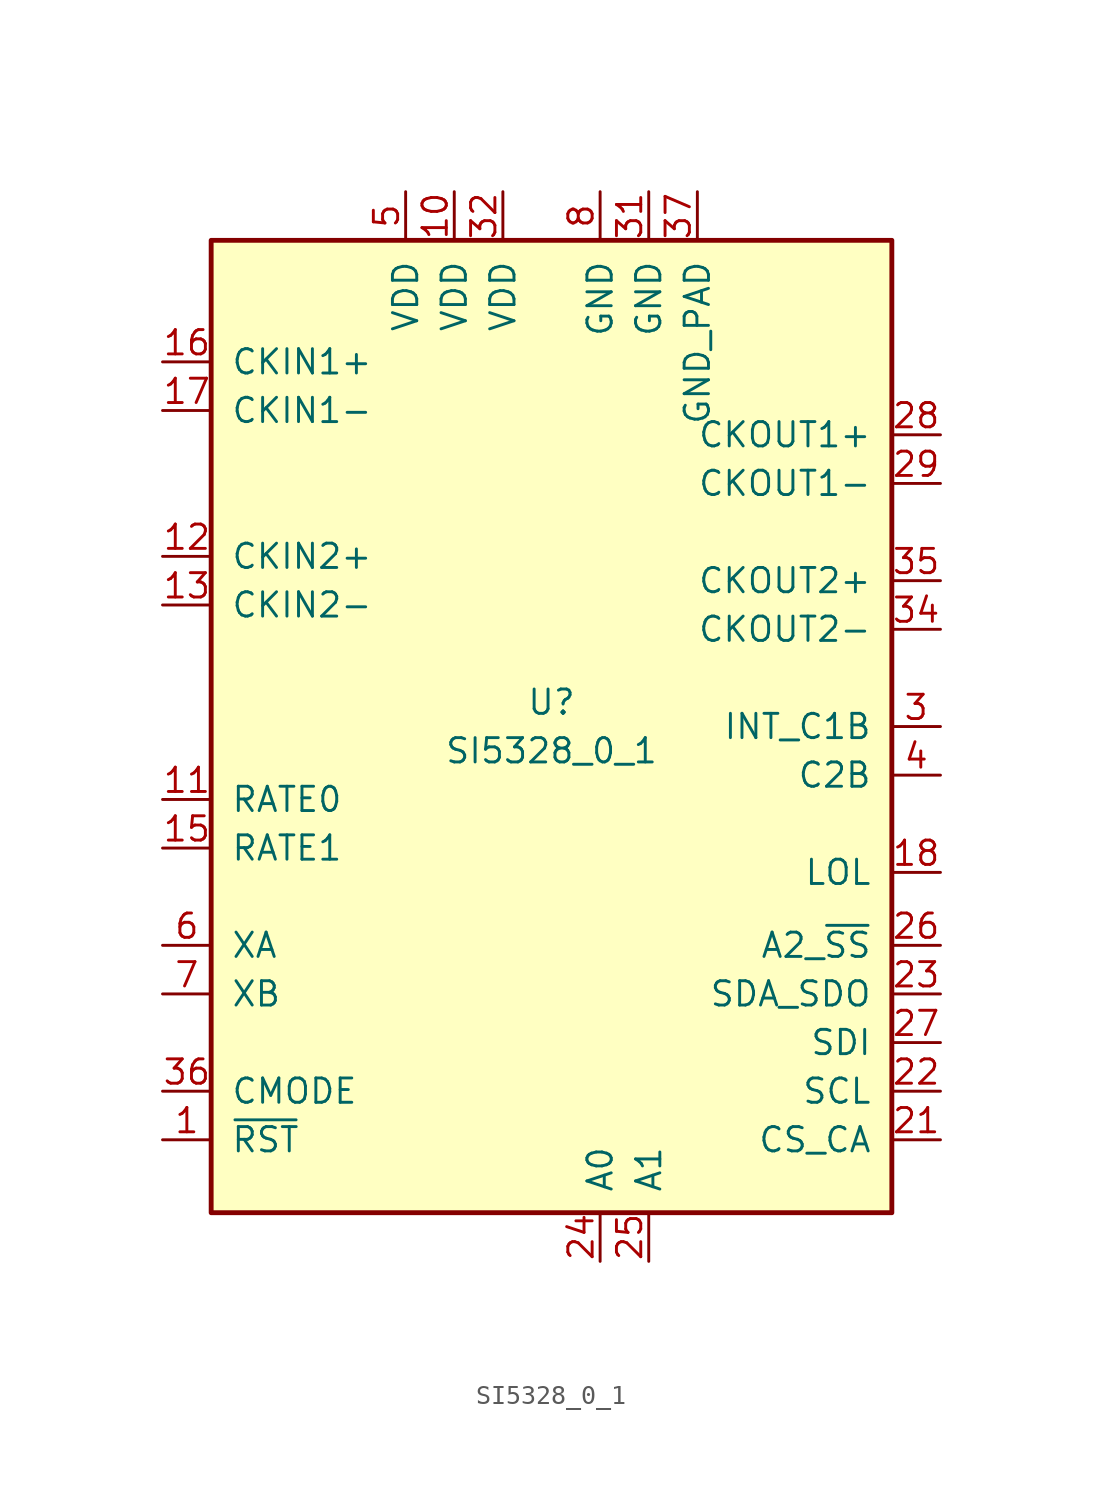
<source format=kicad_sym>
(kicad_symbol_lib
  (version 20211014)
  (generator kicad_symbol_editor)
  (symbol "SI5328_0_1"
    (pin_names
      (offset 1.016))
    (property "Reference" "U"
      (at 0 1.27 0)
      (effects (font (size 1.27 1.27))))
    (property "Value" "SI5328_0_1"
      (at 0 -1.27 0)
      (effects (font (size 1.27 1.27))))
    (symbol "SI5328_0_1_0_1"
      (rectangle (start 17.78 25.4) (end -17.78 -25.4) (stroke (width 0.254) (type default) (color 0 0 0 0)) (fill (type background))))
    (symbol "SI5328_0_1_1_1"
      (pin input line (at -20.32 -21.59 0) (length 2.54) (name "~{RST}" (effects (font (size 1.27 1.27)))) (number "1" (effects (font (size 1.27 1.27)))))
      (pin power_in line (at -5.08 27.94 270) (length 2.54) (name "VDD" (effects (font (size 1.27 1.27)))) (number "10" (effects (font (size 1.27 1.27)))))
      (pin input line (at -20.32 -3.81 0) (length 2.54) (name "RATE0" (effects (font (size 1.27 1.27)))) (number "11" (effects (font (size 1.27 1.27)))))
      (pin input line (at -20.32 8.89 0) (length 2.54) (name "CKIN2+" (effects (font (size 1.27 1.27)))) (number "12" (effects (font (size 1.27 1.27)))))
      (pin input line (at -20.32 6.35 0) (length 2.54) (name "CKIN2-" (effects (font (size 1.27 1.27)))) (number "13" (effects (font (size 1.27 1.27)))))
      (pin no_connect line (at -6.35 -25.4 90) (length 2.54) hide (name "~" (effects (font (size 1.27 1.27)))) (number "14" (effects (font (size 1.27 1.27)))))
      (pin input line (at -20.32 -6.35 0) (length 2.54) (name "RATE1" (effects (font (size 1.27 1.27)))) (number "15" (effects (font (size 1.27 1.27)))))
      (pin input line (at -20.32 19.05 0) (length 2.54) (name "CKIN1+" (effects (font (size 1.27 1.27)))) (number "16" (effects (font (size 1.27 1.27)))))
      (pin input line (at -20.32 16.51 0) (length 2.54) (name "CKIN1-" (effects (font (size 1.27 1.27)))) (number "17" (effects (font (size 1.27 1.27)))))
      (pin output line (at 20.32 -7.62 180) (length 2.54) (name "LOL" (effects (font (size 1.27 1.27)))) (number "18" (effects (font (size 1.27 1.27)))))
      (pin no_connect line (at -6.35 -25.4 90) (length 2.54) hide (name "~" (effects (font (size 1.27 1.27)))) (number "19" (effects (font (size 1.27 1.27)))))
      (pin no_connect line (at -6.35 -25.4 90) (length 2.54) hide (name "~" (effects (font (size 1.27 1.27)))) (number "2" (effects (font (size 1.27 1.27)))))
      (pin no_connect line (at -6.35 -25.4 90) (length 2.54) hide (name "~" (effects (font (size 1.27 1.27)))) (number "20" (effects (font (size 1.27 1.27)))))
      (pin input line (at 20.32 -21.59 180) (length 2.54) (name "CS_CA" (effects (font (size 1.27 1.27)))) (number "21" (effects (font (size 1.27 1.27)))))
      (pin input line (at 20.32 -19.05 180) (length 2.54) (name "SCL" (effects (font (size 1.27 1.27)))) (number "22" (effects (font (size 1.27 1.27)))))
      (pin output line (at 20.32 -13.97 180) (length 2.54) (name "SDA_SDO" (effects (font (size 1.27 1.27)))) (number "23" (effects (font (size 1.27 1.27)))))
      (pin power_in line (at 2.54 -27.94 90) (length 2.54) (name "A0" (effects (font (size 1.27 1.27)))) (number "24" (effects (font (size 1.27 1.27)))))
      (pin power_in line (at 5.08 -27.94 90) (length 2.54) (name "A1" (effects (font (size 1.27 1.27)))) (number "25" (effects (font (size 1.27 1.27)))))
      (pin output line (at 20.32 -11.43 180) (length 2.54) (name "A2_~{SS}" (effects (font (size 1.27 1.27)))) (number "26" (effects (font (size 1.27 1.27)))))
      (pin input line (at 20.32 -16.51 180) (length 2.54) (name "SDI" (effects (font (size 1.27 1.27)))) (number "27" (effects (font (size 1.27 1.27)))))
      (pin output line (at 20.32 15.24 180) (length 2.54) (name "CKOUT1+" (effects (font (size 1.27 1.27)))) (number "28" (effects (font (size 1.27 1.27)))))
      (pin output line (at 20.32 12.7 180) (length 2.54) (name "CKOUT1-" (effects (font (size 1.27 1.27)))) (number "29" (effects (font (size 1.27 1.27)))))
      (pin output line (at 20.32 0 180) (length 2.54) (name "INT_C1B" (effects (font (size 1.27 1.27)))) (number "3" (effects (font (size 1.27 1.27)))))
      (pin no_connect line (at -6.35 -25.4 90) (length 2.54) hide (name "~" (effects (font (size 1.27 1.27)))) (number "30" (effects (font (size 1.27 1.27)))))
      (pin power_in line (at 5.08 27.94 270) (length 2.54) (name "GND" (effects (font (size 1.27 1.27)))) (number "31" (effects (font (size 1.27 1.27)))))
      (pin power_in line (at -2.54 27.94 270) (length 2.54) (name "VDD" (effects (font (size 1.27 1.27)))) (number "32" (effects (font (size 1.27 1.27)))))
      (pin no_connect line (at -6.35 -25.4 90) (length 2.54) hide (name "~" (effects (font (size 1.27 1.27)))) (number "33" (effects (font (size 1.27 1.27)))))
      (pin output line (at 20.32 5.08 180) (length 2.54) (name "CKOUT2-" (effects (font (size 1.27 1.27)))) (number "34" (effects (font (size 1.27 1.27)))))
      (pin output line (at 20.32 7.62 180) (length 2.54) (name "CKOUT2+" (effects (font (size 1.27 1.27)))) (number "35" (effects (font (size 1.27 1.27)))))
      (pin input line (at -20.32 -19.05 0) (length 2.54) (name "CMODE" (effects (font (size 1.27 1.27)))) (number "36" (effects (font (size 1.27 1.27)))))
      (pin power_in line (at 7.62 27.94 270) (length 2.54) (name "GND_PAD" (effects (font (size 1.27 1.27)))) (number "37" (effects (font (size 1.27 1.27)))))
      (pin input line (at 20.32 -2.54 180) (length 2.54) (name "C2B" (effects (font (size 1.27 1.27)))) (number "4" (effects (font (size 1.27 1.27)))))
      (pin power_in line (at -7.62 27.94 270) (length 2.54) (name "VDD" (effects (font (size 1.27 1.27)))) (number "5" (effects (font (size 1.27 1.27)))))
      (pin input line (at -20.32 -11.43 0) (length 2.54) (name "XA" (effects (font (size 1.27 1.27)))) (number "6" (effects (font (size 1.27 1.27)))))
      (pin input line (at -20.32 -13.97 0) (length 2.54) (name "XB" (effects (font (size 1.27 1.27)))) (number "7" (effects (font (size 1.27 1.27)))))
      (pin power_in line (at 2.54 27.94 270) (length 2.54) (name "GND" (effects (font (size 1.27 1.27)))) (number "8" (effects (font (size 1.27 1.27)))))
      (pin no_connect line (at -6.35 -25.4 90) (length 2.54) hide (name "~" (effects (font (size 1.27 1.27)))) (number "9" (effects (font (size 1.27 1.27))))))))
</source>
